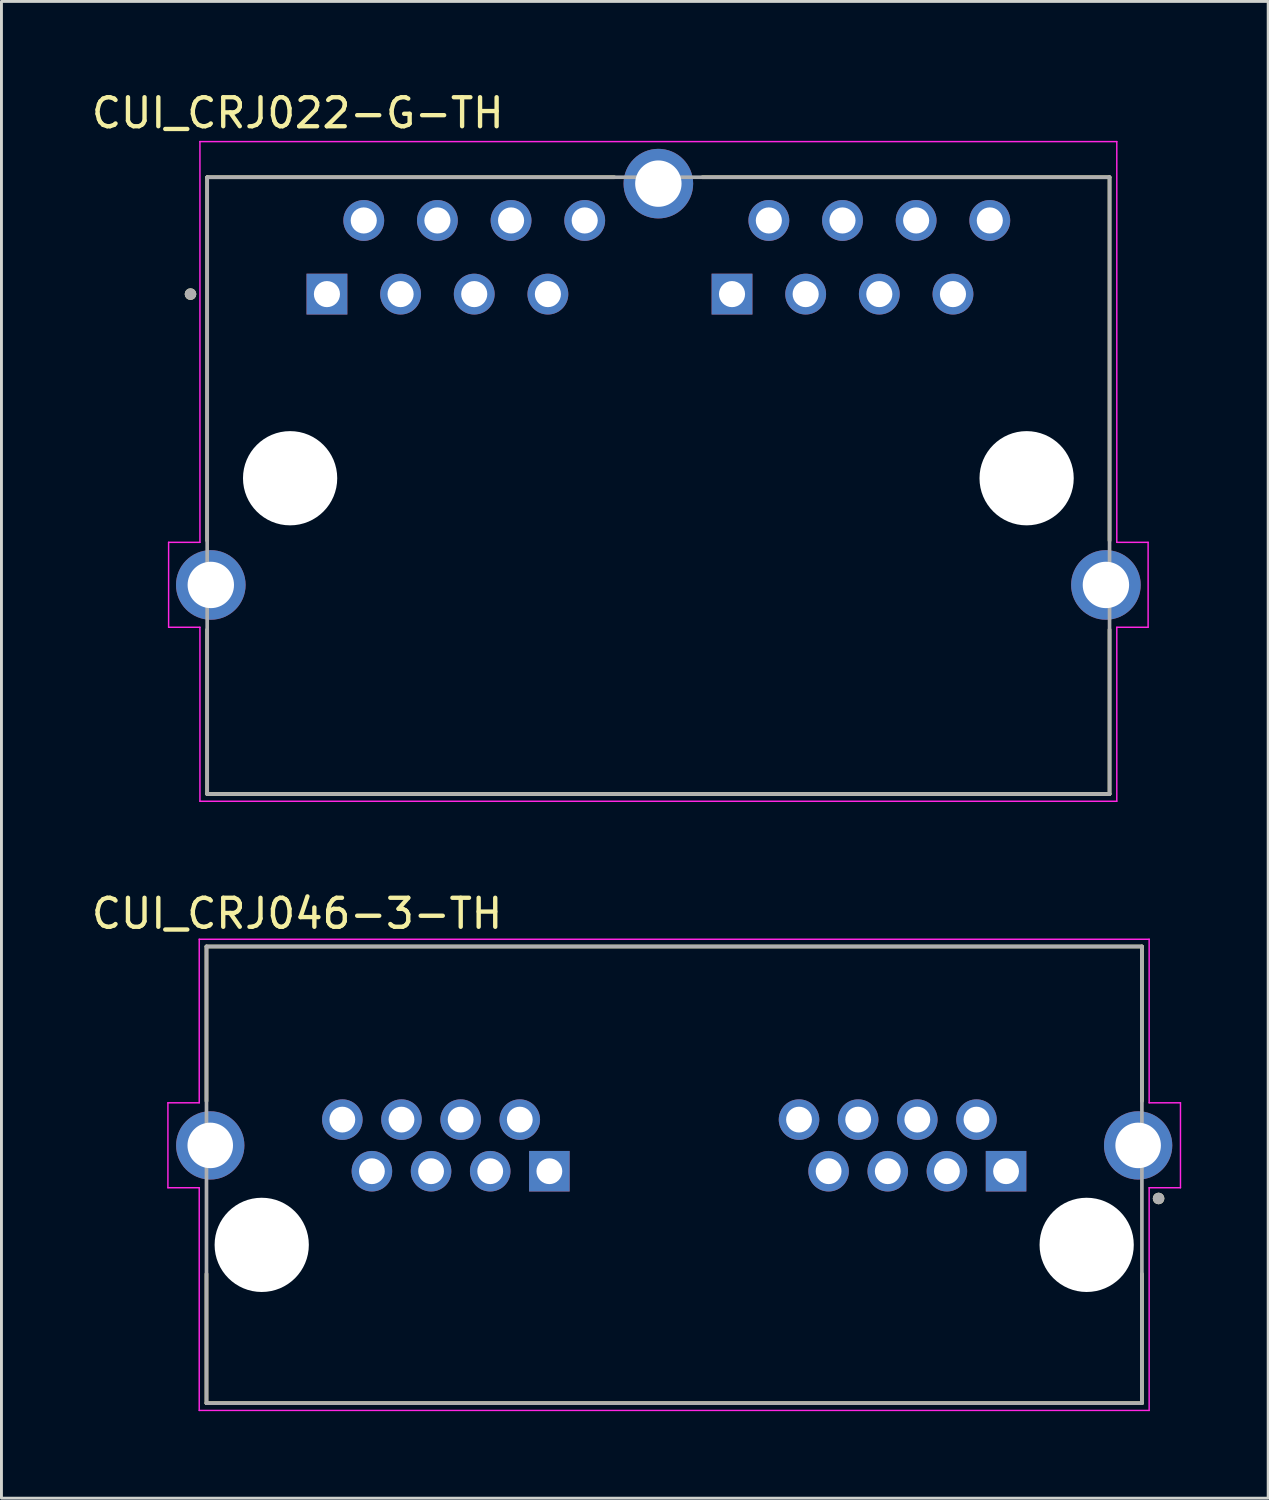
<source format=kicad_pcb>
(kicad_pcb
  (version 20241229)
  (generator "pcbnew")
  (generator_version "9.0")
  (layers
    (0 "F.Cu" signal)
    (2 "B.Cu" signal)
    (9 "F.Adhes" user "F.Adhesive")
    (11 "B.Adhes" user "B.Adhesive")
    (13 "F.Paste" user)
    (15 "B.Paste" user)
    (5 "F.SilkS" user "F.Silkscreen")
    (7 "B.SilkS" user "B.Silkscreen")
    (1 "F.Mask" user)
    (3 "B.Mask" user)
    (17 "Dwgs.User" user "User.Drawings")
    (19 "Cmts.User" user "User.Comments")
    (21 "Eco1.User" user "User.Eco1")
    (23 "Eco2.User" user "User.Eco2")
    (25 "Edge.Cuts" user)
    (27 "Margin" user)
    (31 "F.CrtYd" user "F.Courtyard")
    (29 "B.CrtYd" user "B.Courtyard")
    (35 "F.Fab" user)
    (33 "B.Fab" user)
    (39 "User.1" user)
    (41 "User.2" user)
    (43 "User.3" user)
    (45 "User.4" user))
  (footprint "CUI_CRJ046-3-TH"
    (layer "F.Cu")
    (at 20.201 39.882)
    (property "Reference" "CUI_CRJ046-3-TH" (at -13.005 -11.425 0) (layer "F.SilkS") (effects (font (size 1 1) (thickness 0.15))))
    (attr through_hole)
    (fp_line (start -16.13 -10.29) (end 16.13 -10.29) (stroke (width 0.127) (type solid)) (layer "F.SilkS"))
    (fp_line (start -16.13 -4.96) (end -16.13 -10.29) (stroke (width 0.127) (type solid)) (layer "F.SilkS"))
    (fp_line (start -16.13 5.46) (end -16.13 1) (stroke (width 0.127) (type solid)) (layer "F.SilkS"))
    (fp_line (start 16.13 -4.96) (end 16.13 -10.29) (stroke (width 0.127) (type solid)) (layer "F.SilkS"))
    (fp_line (start 16.13 5.46) (end -16.13 5.46) (stroke (width 0.127) (type solid)) (layer "F.SilkS"))
    (fp_line (start 16.13 5.46) (end 16.13 1) (stroke (width 0.127) (type solid)) (layer "F.SilkS"))
    (fp_circle (center 16.705 -1.6) (end 16.805 -1.6) (stroke (width 0.2) (type solid)) (fill no) (layer "F.SilkS"))
    (fp_line (start -17.46 -4.9) (end -16.38 -4.9) (stroke (width 0.05) (type solid)) (layer "F.CrtYd"))
    (fp_line (start -17.46 -1.97) (end -17.46 -4.9) (stroke (width 0.05) (type solid)) (layer "F.CrtYd"))
    (fp_line (start -17.46 -1.97) (end -16.38 -1.97) (stroke (width 0.05) (type solid)) (layer "F.CrtYd"))
    (fp_line (start -16.38 -10.54) (end 16.38 -10.54) (stroke (width 0.05) (type solid)) (layer "F.CrtYd"))
    (fp_line (start -16.38 -4.9) (end -16.38 -10.54) (stroke (width 0.05) (type solid)) (layer "F.CrtYd"))
    (fp_line (start -16.38 5.71) (end -16.38 -1.97) (stroke (width 0.05) (type solid)) (layer "F.CrtYd"))
    (fp_line (start 16.38 -10.54) (end 16.38 -4.9) (stroke (width 0.05) (type solid)) (layer "F.CrtYd"))
    (fp_line (start 16.38 -1.97) (end 16.38 5.71) (stroke (width 0.05) (type solid)) (layer "F.CrtYd"))
    (fp_line (start 16.38 5.71) (end -16.38 5.71) (stroke (width 0.05) (type solid)) (layer "F.CrtYd"))
    (fp_line (start 17.46 -4.9) (end 16.38 -4.9) (stroke (width 0.05) (type solid)) (layer "F.CrtYd"))
    (fp_line (start 17.46 -1.97) (end 16.38 -1.97) (stroke (width 0.05) (type solid)) (layer "F.CrtYd"))
    (fp_line (start 17.46 -1.97) (end 17.46 -4.9) (stroke (width 0.05) (type solid)) (layer "F.CrtYd"))
    (fp_line (start -16.13 -10.29) (end 16.13 -10.29) (stroke (width 0.127) (type solid)) (layer "F.Fab"))
    (fp_line (start -16.13 5.46) (end -16.13 -10.29) (stroke (width 0.127) (type solid)) (layer "F.Fab"))
    (fp_line (start 16.13 -10.29) (end 16.13 5.46) (stroke (width 0.127) (type solid)) (layer "F.Fab"))
    (fp_line (start 16.13 5.46) (end -16.13 5.46) (stroke (width 0.127) (type solid)) (layer "F.Fab"))
    (fp_circle (center 16.705 -1.6) (end 16.805 -1.6) (stroke (width 0.2) (type solid)) (fill no) (layer "F.Fab"))
    (pad "" np_thru_hole circle (at -14.225 0) (size 3.25 3.25) (drill 3.25) (layers "*.Cu" "*.Mask"))
    (pad "" np_thru_hole circle (at 14.225 0) (size 3.25 3.25) (drill 3.25) (layers "*.Cu" "*.Mask"))
    (pad "1L" thru_hole rect (at -4.305 -2.54) (size 1.398 1.398) (drill 0.89) (layers "*.Cu" "*.Mask"))
    (pad "1R" thru_hole rect (at 11.445 -2.54) (size 1.398 1.398) (drill 0.89) (layers "*.Cu" "*.Mask"))
    (pad "2L" thru_hole circle (at -5.325 -4.32) (size 1.398 1.398) (drill 0.89) (layers "*.Cu" "*.Mask"))
    (pad "2R" thru_hole circle (at 10.425 -4.32) (size 1.398 1.398) (drill 0.89) (layers "*.Cu" "*.Mask"))
    (pad "3L" thru_hole circle (at -6.345 -2.54) (size 1.398 1.398) (drill 0.89) (layers "*.Cu" "*.Mask"))
    (pad "3R" thru_hole circle (at 9.405 -2.54) (size 1.398 1.398) (drill 0.89) (layers "*.Cu" "*.Mask"))
    (pad "4L" thru_hole circle (at -7.365 -4.32) (size 1.398 1.398) (drill 0.89) (layers "*.Cu" "*.Mask"))
    (pad "4R" thru_hole circle (at 8.385 -4.32) (size 1.398 1.398) (drill 0.89) (layers "*.Cu" "*.Mask"))
    (pad "5L" thru_hole circle (at -8.385 -2.54) (size 1.398 1.398) (drill 0.89) (layers "*.Cu" "*.Mask"))
    (pad "5R" thru_hole circle (at 7.365 -2.54) (size 1.398 1.398) (drill 0.89) (layers "*.Cu" "*.Mask"))
    (pad "6L" thru_hole circle (at -9.405 -4.32) (size 1.398 1.398) (drill 0.89) (layers "*.Cu" "*.Mask"))
    (pad "6R" thru_hole circle (at 6.345 -4.32) (size 1.398 1.398) (drill 0.89) (layers "*.Cu" "*.Mask"))
    (pad "7L" thru_hole circle (at -10.425 -2.54) (size 1.398 1.398) (drill 0.89) (layers "*.Cu" "*.Mask"))
    (pad "7R" thru_hole circle (at 5.325 -2.54) (size 1.398 1.398) (drill 0.89) (layers "*.Cu" "*.Mask"))
    (pad "8L" thru_hole circle (at -11.445 -4.32) (size 1.398 1.398) (drill 0.89) (layers "*.Cu" "*.Mask"))
    (pad "8R" thru_hole circle (at 4.305 -4.32) (size 1.398 1.398) (drill 0.89) (layers "*.Cu" "*.Mask"))
    (pad "S1" thru_hole circle (at -16 -3.43) (size 2.355 2.355) (drill 1.57) (layers "*.Cu" "*.Mask"))
    (pad "S2" thru_hole circle (at 16 -3.43) (size 2.355 2.355) (drill 1.57) (layers "*.Cu" "*.Mask")))
  (footprint "CUI_CRJ022-G-TH"
    (layer "F.Cu")
    (at 19.655 13.443)
    (property "Reference" "CUI_CRJ022-G-TH" (at -12.435 -12.595 0) (layer "F.SilkS") (effects (font (size 1 1) (thickness 0.15))))
    (attr through_hole)
    (fp_line (start -15.56 -10.38) (end -1.52 -10.38) (stroke (width 0.127) (type solid)) (layer "F.SilkS"))
    (fp_line (start -15.56 2.15) (end -15.56 -10.38) (stroke (width 0.127) (type solid)) (layer "F.SilkS"))
    (fp_line (start -15.56 10.89) (end -15.56 5.22) (stroke (width 0.127) (type solid)) (layer "F.SilkS"))
    (fp_line (start 1.52 -10.38) (end 15.56 -10.38) (stroke (width 0.127) (type solid)) (layer "F.SilkS"))
    (fp_line (start 15.56 2.15) (end 15.56 -10.38) (stroke (width 0.127) (type solid)) (layer "F.SilkS"))
    (fp_line (start 15.56 10.89) (end -15.56 10.89) (stroke (width 0.127) (type solid)) (layer "F.SilkS"))
    (fp_line (start 15.56 10.89) (end 15.56 5.22) (stroke (width 0.127) (type solid)) (layer "F.SilkS"))
    (fp_circle (center -16.135 -6.35) (end -16.035 -6.35) (stroke (width 0.2) (type solid)) (fill no) (layer "F.SilkS"))
    (fp_line (start -16.89 2.21) (end -15.81 2.21) (stroke (width 0.05) (type solid)) (layer "F.CrtYd"))
    (fp_line (start -16.89 5.14) (end -16.89 2.21) (stroke (width 0.05) (type solid)) (layer "F.CrtYd"))
    (fp_line (start -16.89 5.14) (end -15.81 5.14) (stroke (width 0.05) (type solid)) (layer "F.CrtYd"))
    (fp_line (start -15.81 -11.61) (end 15.81 -11.61) (stroke (width 0.05) (type solid)) (layer "F.CrtYd"))
    (fp_line (start -15.81 2.21) (end -15.81 -11.61) (stroke (width 0.05) (type solid)) (layer "F.CrtYd"))
    (fp_line (start -15.81 11.14) (end -15.81 5.14) (stroke (width 0.05) (type solid)) (layer "F.CrtYd"))
    (fp_line (start 15.81 -11.61) (end 15.81 2.21) (stroke (width 0.05) (type solid)) (layer "F.CrtYd"))
    (fp_line (start 15.81 5.14) (end 15.81 11.14) (stroke (width 0.05) (type solid)) (layer "F.CrtYd"))
    (fp_line (start 15.81 11.14) (end -15.81 11.14) (stroke (width 0.05) (type solid)) (layer "F.CrtYd"))
    (fp_line (start 16.89 2.21) (end 15.81 2.21) (stroke (width 0.05) (type solid)) (layer "F.CrtYd"))
    (fp_line (start 16.89 5.14) (end 15.81 5.14) (stroke (width 0.05) (type solid)) (layer "F.CrtYd"))
    (fp_line (start 16.89 5.14) (end 16.89 2.21) (stroke (width 0.05) (type solid)) (layer "F.CrtYd"))
    (fp_line (start -15.56 -10.38) (end 15.56 -10.38) (stroke (width 0.127) (type solid)) (layer "F.Fab"))
    (fp_line (start -15.56 10.89) (end -15.56 -10.38) (stroke (width 0.127) (type solid)) (layer "F.Fab"))
    (fp_line (start 15.56 -10.38) (end 15.56 10.89) (stroke (width 0.127) (type solid)) (layer "F.Fab"))
    (fp_line (start 15.56 10.89) (end -15.56 10.89) (stroke (width 0.127) (type solid)) (layer "F.Fab"))
    (fp_circle (center -16.135 -6.35) (end -16.035 -6.35) (stroke (width 0.2) (type solid)) (fill no) (layer "F.Fab"))
    (pad "" np_thru_hole circle (at -12.7 0) (size 3.25 3.25) (drill 3.25) (layers "*.Cu" "*.Mask"))
    (pad "" np_thru_hole circle (at 12.7 0) (size 3.25 3.25) (drill 3.25) (layers "*.Cu" "*.Mask"))
    (pad "1L" thru_hole rect (at -11.43 -6.35) (size 1.408 1.408) (drill 0.9) (layers "*.Cu" "*.Mask"))
    (pad "1R" thru_hole rect (at 2.54 -6.35) (size 1.408 1.408) (drill 0.9) (layers "*.Cu" "*.Mask"))
    (pad "2L" thru_hole circle (at -10.16 -8.89) (size 1.408 1.408) (drill 0.9) (layers "*.Cu" "*.Mask"))
    (pad "2R" thru_hole circle (at 3.81 -8.89) (size 1.408 1.408) (drill 0.9) (layers "*.Cu" "*.Mask"))
    (pad "3L" thru_hole circle (at -8.89 -6.35) (size 1.408 1.408) (drill 0.9) (layers "*.Cu" "*.Mask"))
    (pad "3R" thru_hole circle (at 5.08 -6.35) (size 1.408 1.408) (drill 0.9) (layers "*.Cu" "*.Mask"))
    (pad "4L" thru_hole circle (at -7.62 -8.89) (size 1.408 1.408) (drill 0.9) (layers "*.Cu" "*.Mask"))
    (pad "4R" thru_hole circle (at 6.35 -8.89) (size 1.408 1.408) (drill 0.9) (layers "*.Cu" "*.Mask"))
    (pad "5L" thru_hole circle (at -6.35 -6.35) (size 1.408 1.408) (drill 0.9) (layers "*.Cu" "*.Mask"))
    (pad "5R" thru_hole circle (at 7.62 -6.35) (size 1.408 1.408) (drill 0.9) (layers "*.Cu" "*.Mask"))
    (pad "6L" thru_hole circle (at -5.08 -8.89) (size 1.408 1.408) (drill 0.9) (layers "*.Cu" "*.Mask"))
    (pad "6R" thru_hole circle (at 8.89 -8.89) (size 1.408 1.408) (drill 0.9) (layers "*.Cu" "*.Mask"))
    (pad "7L" thru_hole circle (at -3.81 -6.35) (size 1.408 1.408) (drill 0.9) (layers "*.Cu" "*.Mask"))
    (pad "7R" thru_hole circle (at 10.16 -6.35) (size 1.408 1.408) (drill 0.9) (layers "*.Cu" "*.Mask"))
    (pad "8L" thru_hole circle (at -2.54 -8.89) (size 1.408 1.408) (drill 0.9) (layers "*.Cu" "*.Mask"))
    (pad "8R" thru_hole circle (at 11.43 -8.89) (size 1.408 1.408) (drill 0.9) (layers "*.Cu" "*.Mask"))
    (pad "S1" thru_hole circle (at -15.435 3.68) (size 2.4 2.4) (drill 1.6) (layers "*.Cu" "*.Mask"))
    (pad "S2" thru_hole circle (at 15.435 3.68) (size 2.4 2.4) (drill 1.6) (layers "*.Cu" "*.Mask"))
    (pad "S3" thru_hole circle (at 0 -10.16) (size 2.4 2.4) (drill 1.6) (layers "*.Cu" "*.Mask")))
  (gr_rect
    (start -3 -3)
    (end 40.686 48.617)
    (stroke (width 0.1) (type default))
    (fill no)
    (layer "Edge.Cuts")))
</source>
